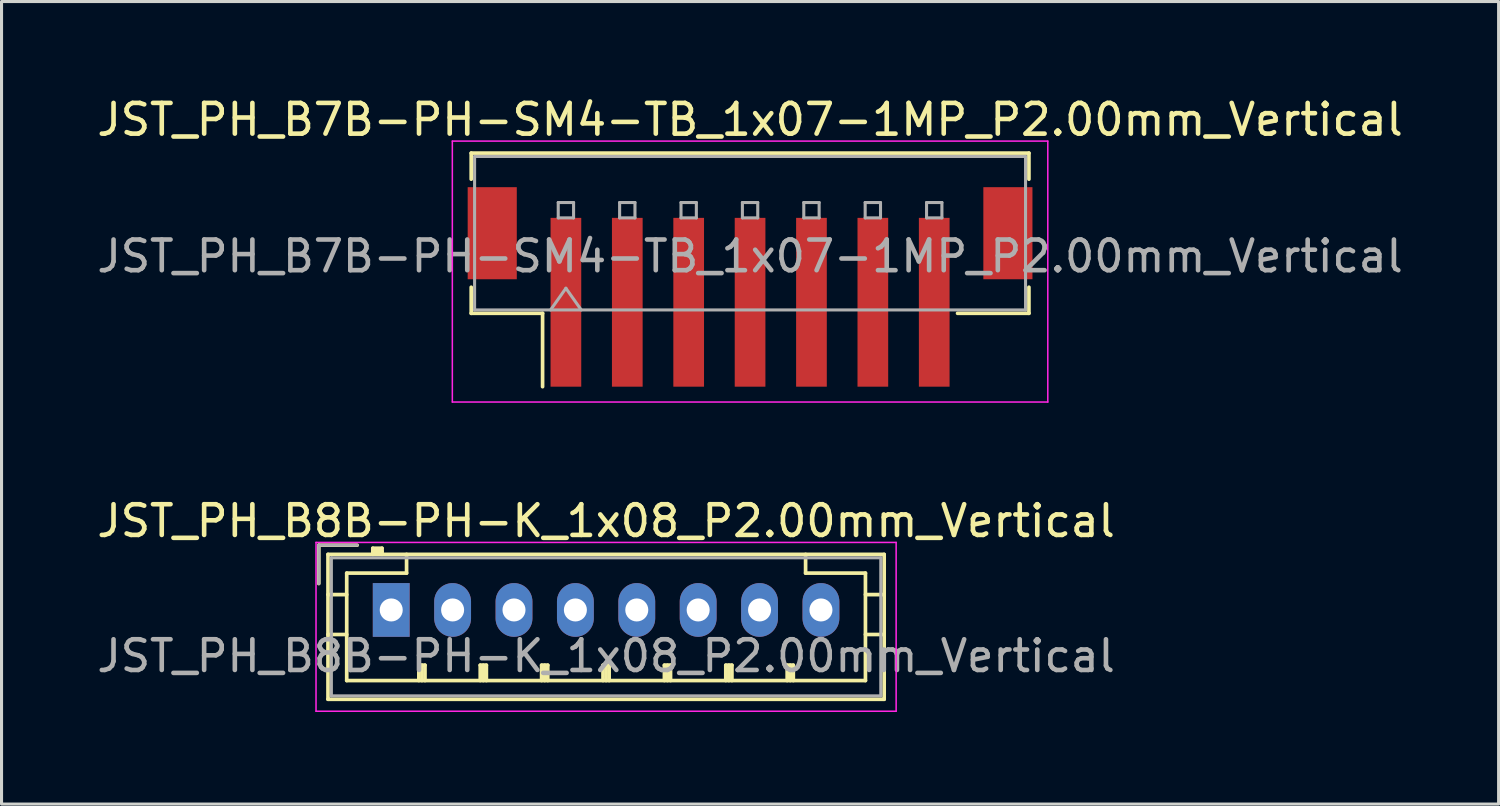
<source format=kicad_pcb>
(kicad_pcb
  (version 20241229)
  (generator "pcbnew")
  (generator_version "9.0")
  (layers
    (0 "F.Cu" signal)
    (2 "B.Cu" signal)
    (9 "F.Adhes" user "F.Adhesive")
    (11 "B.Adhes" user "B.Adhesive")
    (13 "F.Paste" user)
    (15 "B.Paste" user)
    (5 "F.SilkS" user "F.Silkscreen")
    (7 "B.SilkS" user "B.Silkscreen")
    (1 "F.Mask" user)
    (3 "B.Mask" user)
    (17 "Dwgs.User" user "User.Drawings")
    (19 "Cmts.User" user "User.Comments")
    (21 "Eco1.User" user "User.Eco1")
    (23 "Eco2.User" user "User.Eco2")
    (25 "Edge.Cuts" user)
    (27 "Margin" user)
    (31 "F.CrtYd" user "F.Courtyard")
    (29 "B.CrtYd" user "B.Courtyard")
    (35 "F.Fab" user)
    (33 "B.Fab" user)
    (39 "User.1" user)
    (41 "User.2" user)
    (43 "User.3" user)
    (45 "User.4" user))
  (footprint "JST_PH_B7B-PH-SM4-TB_1x07-1MP_P2.00mm_Vertical"
    (layer "F.Cu")
    (at 21.387 6.298)
    (property "Reference" "JST_PH_B7B-PH-SM4-TB_1x07-1MP_P2.00mm_Vertical" (at 0 -5.45 0) (layer "F.SilkS") (effects (font (size 1 1) (thickness 0.15))))
    (attr smd)
    (fp_line (start -9.085 -4.36) (end 9.085 -4.36) (stroke (width 0.12) (type solid)) (layer "F.SilkS"))
    (fp_line (start -9.085 -3.51) (end -9.085 -4.36) (stroke (width 0.12) (type solid)) (layer "F.SilkS"))
    (fp_line (start -9.085 0.01) (end -9.085 0.86) (stroke (width 0.12) (type solid)) (layer "F.SilkS"))
    (fp_line (start -9.085 0.86) (end -6.76 0.86) (stroke (width 0.12) (type solid)) (layer "F.SilkS"))
    (fp_line (start -6.76 0.86) (end -6.76 3.25) (stroke (width 0.12) (type solid)) (layer "F.SilkS"))
    (fp_line (start 9.085 -4.36) (end 9.085 -3.51) (stroke (width 0.12) (type solid)) (layer "F.SilkS"))
    (fp_line (start 9.085 0.01) (end 9.085 0.86) (stroke (width 0.12) (type solid)) (layer "F.SilkS"))
    (fp_line (start 9.085 0.86) (end 6.76 0.86) (stroke (width 0.12) (type solid)) (layer "F.SilkS"))
    (fp_line (start -9.7 -4.75) (end -9.7 3.75) (stroke (width 0.05) (type solid)) (layer "F.CrtYd"))
    (fp_line (start -9.7 3.75) (end 9.7 3.75) (stroke (width 0.05) (type solid)) (layer "F.CrtYd"))
    (fp_line (start 9.7 -4.75) (end -9.7 -4.75) (stroke (width 0.05) (type solid)) (layer "F.CrtYd"))
    (fp_line (start 9.7 3.75) (end 9.7 -4.75) (stroke (width 0.05) (type solid)) (layer "F.CrtYd"))
    (fp_line (start -8.975 -4.25) (end 8.975 -4.25) (stroke (width 0.1) (type solid)) (layer "F.Fab"))
    (fp_line (start -8.975 0.75) (end -8.975 -4.25) (stroke (width 0.1) (type solid)) (layer "F.Fab"))
    (fp_line (start -8.975 0.75) (end 8.975 0.75) (stroke (width 0.1) (type solid)) (layer "F.Fab"))
    (fp_line (start -6.5 0.75) (end -6 0.043) (stroke (width 0.1) (type solid)) (layer "F.Fab"))
    (fp_line (start -6.25 -2.75) (end -6.25 -2.25) (stroke (width 0.1) (type solid)) (layer "F.Fab"))
    (fp_line (start -6.25 -2.25) (end -5.75 -2.25) (stroke (width 0.1) (type solid)) (layer "F.Fab"))
    (fp_line (start -6 0.043) (end -5.5 0.75) (stroke (width 0.1) (type solid)) (layer "F.Fab"))
    (fp_line (start -5.75 -2.75) (end -6.25 -2.75) (stroke (width 0.1) (type solid)) (layer "F.Fab"))
    (fp_line (start -5.75 -2.25) (end -5.75 -2.75) (stroke (width 0.1) (type solid)) (layer "F.Fab"))
    (fp_line (start -4.25 -2.75) (end -4.25 -2.25) (stroke (width 0.1) (type solid)) (layer "F.Fab"))
    (fp_line (start -4.25 -2.25) (end -3.75 -2.25) (stroke (width 0.1) (type solid)) (layer "F.Fab"))
    (fp_line (start -3.75 -2.75) (end -4.25 -2.75) (stroke (width 0.1) (type solid)) (layer "F.Fab"))
    (fp_line (start -3.75 -2.25) (end -3.75 -2.75) (stroke (width 0.1) (type solid)) (layer "F.Fab"))
    (fp_line (start -2.25 -2.75) (end -2.25 -2.25) (stroke (width 0.1) (type solid)) (layer "F.Fab"))
    (fp_line (start -2.25 -2.25) (end -1.75 -2.25) (stroke (width 0.1) (type solid)) (layer "F.Fab"))
    (fp_line (start -1.75 -2.75) (end -2.25 -2.75) (stroke (width 0.1) (type solid)) (layer "F.Fab"))
    (fp_line (start -1.75 -2.25) (end -1.75 -2.75) (stroke (width 0.1) (type solid)) (layer "F.Fab"))
    (fp_line (start -0.25 -2.75) (end -0.25 -2.25) (stroke (width 0.1) (type solid)) (layer "F.Fab"))
    (fp_line (start -0.25 -2.25) (end 0.25 -2.25) (stroke (width 0.1) (type solid)) (layer "F.Fab"))
    (fp_line (start 0.25 -2.75) (end -0.25 -2.75) (stroke (width 0.1) (type solid)) (layer "F.Fab"))
    (fp_line (start 0.25 -2.25) (end 0.25 -2.75) (stroke (width 0.1) (type solid)) (layer "F.Fab"))
    (fp_line (start 1.75 -2.75) (end 1.75 -2.25) (stroke (width 0.1) (type solid)) (layer "F.Fab"))
    (fp_line (start 1.75 -2.25) (end 2.25 -2.25) (stroke (width 0.1) (type solid)) (layer "F.Fab"))
    (fp_line (start 2.25 -2.75) (end 1.75 -2.75) (stroke (width 0.1) (type solid)) (layer "F.Fab"))
    (fp_line (start 2.25 -2.25) (end 2.25 -2.75) (stroke (width 0.1) (type solid)) (layer "F.Fab"))
    (fp_line (start 3.75 -2.75) (end 3.75 -2.25) (stroke (width 0.1) (type solid)) (layer "F.Fab"))
    (fp_line (start 3.75 -2.25) (end 4.25 -2.25) (stroke (width 0.1) (type solid)) (layer "F.Fab"))
    (fp_line (start 4.25 -2.75) (end 3.75 -2.75) (stroke (width 0.1) (type solid)) (layer "F.Fab"))
    (fp_line (start 4.25 -2.25) (end 4.25 -2.75) (stroke (width 0.1) (type solid)) (layer "F.Fab"))
    (fp_line (start 5.75 -2.75) (end 5.75 -2.25) (stroke (width 0.1) (type solid)) (layer "F.Fab"))
    (fp_line (start 5.75 -2.25) (end 6.25 -2.25) (stroke (width 0.1) (type solid)) (layer "F.Fab"))
    (fp_line (start 6.25 -2.75) (end 5.75 -2.75) (stroke (width 0.1) (type solid)) (layer "F.Fab"))
    (fp_line (start 6.25 -2.25) (end 6.25 -2.75) (stroke (width 0.1) (type solid)) (layer "F.Fab"))
    (fp_line (start 8.975 0.75) (end 8.975 -4.25) (stroke (width 0.1) (type solid)) (layer "F.Fab"))
    (fp_text user "${REFERENCE}" (at 0 -1 0) (layer "F.Fab") (effects (font (size 1 1) (thickness 0.15))))
    (pad "1" smd rect (at -6 0.5) (size 1 5.5) (layers "F.Cu" "F.Mask" "F.Paste"))
    (pad "2" smd rect (at -4 0.5) (size 1 5.5) (layers "F.Cu" "F.Mask" "F.Paste"))
    (pad "3" smd rect (at -2 0.5) (size 1 5.5) (layers "F.Cu" "F.Mask" "F.Paste"))
    (pad "4" smd rect (at 0 0.5) (size 1 5.5) (layers "F.Cu" "F.Mask" "F.Paste"))
    (pad "5" smd rect (at 2 0.5) (size 1 5.5) (layers "F.Cu" "F.Mask" "F.Paste"))
    (pad "6" smd rect (at 4 0.5) (size 1 5.5) (layers "F.Cu" "F.Mask" "F.Paste"))
    (pad "7" smd rect (at 6 0.5) (size 1 5.5) (layers "F.Cu" "F.Mask" "F.Paste"))
    (pad "MP" smd rect (at -8.4 -1.75) (size 1.6 3) (layers "F.Cu" "F.Mask" "F.Paste"))
    (pad "MP" smd rect (at 8.4 -1.75) (size 1.6 3) (layers "F.Cu" "F.Mask" "F.Paste")))
  (footprint "JST_PH_B8B-PH-K_1x08_P2.00mm_Vertical"
    (layer "F.Cu")
    (at 9.696 16.822)
    (property "Reference" "JST_PH_B8B-PH-K_1x08_P2.00mm_Vertical" (at 7 -2.9 0) (layer "F.SilkS") (effects (font (size 1 1) (thickness 0.15))))
    (attr through_hole)
    (fp_line (start -2.36 -2.11) (end -2.36 -0.86) (stroke (width 0.12) (type solid)) (layer "F.SilkS"))
    (fp_line (start -2.06 -1.81) (end -2.06 2.91) (stroke (width 0.12) (type solid)) (layer "F.SilkS"))
    (fp_line (start -2.06 -0.5) (end -1.45 -0.5) (stroke (width 0.12) (type solid)) (layer "F.SilkS"))
    (fp_line (start -2.06 0.8) (end -1.45 0.8) (stroke (width 0.12) (type solid)) (layer "F.SilkS"))
    (fp_line (start -2.06 2.91) (end 16.06 2.91) (stroke (width 0.12) (type solid)) (layer "F.SilkS"))
    (fp_line (start -1.45 -1.2) (end -1.45 2.3) (stroke (width 0.12) (type solid)) (layer "F.SilkS"))
    (fp_line (start -1.45 2.3) (end 15.45 2.3) (stroke (width 0.12) (type solid)) (layer "F.SilkS"))
    (fp_line (start -1.11 -2.11) (end -2.36 -2.11) (stroke (width 0.12) (type solid)) (layer "F.SilkS"))
    (fp_line (start -0.6 -2.01) (end -0.6 -1.81) (stroke (width 0.12) (type solid)) (layer "F.SilkS"))
    (fp_line (start -0.3 -2.01) (end -0.6 -2.01) (stroke (width 0.12) (type solid)) (layer "F.SilkS"))
    (fp_line (start -0.3 -1.91) (end -0.6 -1.91) (stroke (width 0.12) (type solid)) (layer "F.SilkS"))
    (fp_line (start -0.3 -1.81) (end -0.3 -2.01) (stroke (width 0.12) (type solid)) (layer "F.SilkS"))
    (fp_line (start 0.5 -1.81) (end 0.5 -1.2) (stroke (width 0.12) (type solid)) (layer "F.SilkS"))
    (fp_line (start 0.5 -1.2) (end -1.45 -1.2) (stroke (width 0.12) (type solid)) (layer "F.SilkS"))
    (fp_line (start 0.9 1.8) (end 1.1 1.8) (stroke (width 0.12) (type solid)) (layer "F.SilkS"))
    (fp_line (start 0.9 2.3) (end 0.9 1.8) (stroke (width 0.12) (type solid)) (layer "F.SilkS"))
    (fp_line (start 1 2.3) (end 1 1.8) (stroke (width 0.12) (type solid)) (layer "F.SilkS"))
    (fp_line (start 1.1 1.8) (end 1.1 2.3) (stroke (width 0.12) (type solid)) (layer "F.SilkS"))
    (fp_line (start 2.9 1.8) (end 3.1 1.8) (stroke (width 0.12) (type solid)) (layer "F.SilkS"))
    (fp_line (start 2.9 2.3) (end 2.9 1.8) (stroke (width 0.12) (type solid)) (layer "F.SilkS"))
    (fp_line (start 3 2.3) (end 3 1.8) (stroke (width 0.12) (type solid)) (layer "F.SilkS"))
    (fp_line (start 3.1 1.8) (end 3.1 2.3) (stroke (width 0.12) (type solid)) (layer "F.SilkS"))
    (fp_line (start 4.9 1.8) (end 5.1 1.8) (stroke (width 0.12) (type solid)) (layer "F.SilkS"))
    (fp_line (start 4.9 2.3) (end 4.9 1.8) (stroke (width 0.12) (type solid)) (layer "F.SilkS"))
    (fp_line (start 5 2.3) (end 5 1.8) (stroke (width 0.12) (type solid)) (layer "F.SilkS"))
    (fp_line (start 5.1 1.8) (end 5.1 2.3) (stroke (width 0.12) (type solid)) (layer "F.SilkS"))
    (fp_line (start 6.9 1.8) (end 7.1 1.8) (stroke (width 0.12) (type solid)) (layer "F.SilkS"))
    (fp_line (start 6.9 2.3) (end 6.9 1.8) (stroke (width 0.12) (type solid)) (layer "F.SilkS"))
    (fp_line (start 7 2.3) (end 7 1.8) (stroke (width 0.12) (type solid)) (layer "F.SilkS"))
    (fp_line (start 7.1 1.8) (end 7.1 2.3) (stroke (width 0.12) (type solid)) (layer "F.SilkS"))
    (fp_line (start 8.9 1.8) (end 9.1 1.8) (stroke (width 0.12) (type solid)) (layer "F.SilkS"))
    (fp_line (start 8.9 2.3) (end 8.9 1.8) (stroke (width 0.12) (type solid)) (layer "F.SilkS"))
    (fp_line (start 9 2.3) (end 9 1.8) (stroke (width 0.12) (type solid)) (layer "F.SilkS"))
    (fp_line (start 9.1 1.8) (end 9.1 2.3) (stroke (width 0.12) (type solid)) (layer "F.SilkS"))
    (fp_line (start 10.9 1.8) (end 11.1 1.8) (stroke (width 0.12) (type solid)) (layer "F.SilkS"))
    (fp_line (start 10.9 2.3) (end 10.9 1.8) (stroke (width 0.12) (type solid)) (layer "F.SilkS"))
    (fp_line (start 11 2.3) (end 11 1.8) (stroke (width 0.12) (type solid)) (layer "F.SilkS"))
    (fp_line (start 11.1 1.8) (end 11.1 2.3) (stroke (width 0.12) (type solid)) (layer "F.SilkS"))
    (fp_line (start 12.9 1.8) (end 13.1 1.8) (stroke (width 0.12) (type solid)) (layer "F.SilkS"))
    (fp_line (start 12.9 2.3) (end 12.9 1.8) (stroke (width 0.12) (type solid)) (layer "F.SilkS"))
    (fp_line (start 13 2.3) (end 13 1.8) (stroke (width 0.12) (type solid)) (layer "F.SilkS"))
    (fp_line (start 13.1 1.8) (end 13.1 2.3) (stroke (width 0.12) (type solid)) (layer "F.SilkS"))
    (fp_line (start 13.5 -1.2) (end 13.5 -1.81) (stroke (width 0.12) (type solid)) (layer "F.SilkS"))
    (fp_line (start 15.45 -1.2) (end 13.5 -1.2) (stroke (width 0.12) (type solid)) (layer "F.SilkS"))
    (fp_line (start 15.45 2.3) (end 15.45 -1.2) (stroke (width 0.12) (type solid)) (layer "F.SilkS"))
    (fp_line (start 16.06 -1.81) (end -2.06 -1.81) (stroke (width 0.12) (type solid)) (layer "F.SilkS"))
    (fp_line (start 16.06 -0.5) (end 15.45 -0.5) (stroke (width 0.12) (type solid)) (layer "F.SilkS"))
    (fp_line (start 16.06 0.8) (end 15.45 0.8) (stroke (width 0.12) (type solid)) (layer "F.SilkS"))
    (fp_line (start 16.06 2.91) (end 16.06 -1.81) (stroke (width 0.12) (type solid)) (layer "F.SilkS"))
    (fp_line (start -2.45 -2.2) (end -2.45 3.3) (stroke (width 0.05) (type solid)) (layer "F.CrtYd"))
    (fp_line (start -2.45 3.3) (end 16.45 3.3) (stroke (width 0.05) (type solid)) (layer "F.CrtYd"))
    (fp_line (start 16.45 -2.2) (end -2.45 -2.2) (stroke (width 0.05) (type solid)) (layer "F.CrtYd"))
    (fp_line (start 16.45 3.3) (end 16.45 -2.2) (stroke (width 0.05) (type solid)) (layer "F.CrtYd"))
    (fp_line (start -2.36 -2.11) (end -2.36 -0.86) (stroke (width 0.1) (type solid)) (layer "F.Fab"))
    (fp_line (start -1.95 -1.7) (end -1.95 2.8) (stroke (width 0.1) (type solid)) (layer "F.Fab"))
    (fp_line (start -1.95 2.8) (end 15.95 2.8) (stroke (width 0.1) (type solid)) (layer "F.Fab"))
    (fp_line (start -1.11 -2.11) (end -2.36 -2.11) (stroke (width 0.1) (type solid)) (layer "F.Fab"))
    (fp_line (start 15.95 -1.7) (end -1.95 -1.7) (stroke (width 0.1) (type solid)) (layer "F.Fab"))
    (fp_line (start 15.95 2.8) (end 15.95 -1.7) (stroke (width 0.1) (type solid)) (layer "F.Fab"))
    (fp_text user "${REFERENCE}" (at 7 1.5 0) (layer "F.Fab") (effects (font (size 1 1) (thickness 0.15))))
    (pad "1" thru_hole rect (at 0 0) (size 1.2 1.75) (drill 0.75) (layers "*.Cu" "*.Mask"))
    (pad "2" thru_hole oval (at 2 0) (size 1.2 1.75) (drill 0.75) (layers "*.Cu" "*.Mask"))
    (pad "3" thru_hole oval (at 4 0) (size 1.2 1.75) (drill 0.75) (layers "*.Cu" "*.Mask"))
    (pad "4" thru_hole oval (at 6 0) (size 1.2 1.75) (drill 0.75) (layers "*.Cu" "*.Mask"))
    (pad "5" thru_hole oval (at 8 0) (size 1.2 1.75) (drill 0.75) (layers "*.Cu" "*.Mask"))
    (pad "6" thru_hole oval (at 10 0) (size 1.2 1.75) (drill 0.75) (layers "*.Cu" "*.Mask"))
    (pad "7" thru_hole oval (at 12 0) (size 1.2 1.75) (drill 0.75) (layers "*.Cu" "*.Mask"))
    (pad "8" thru_hole oval (at 14 0) (size 1.2 1.75) (drill 0.75) (layers "*.Cu" "*.Mask")))
  (gr_rect
    (start -3 -3)
    (end 45.774 23.146)
    (stroke (width 0.1) (type default))
    (fill no)
    (layer "Edge.Cuts")))
</source>
